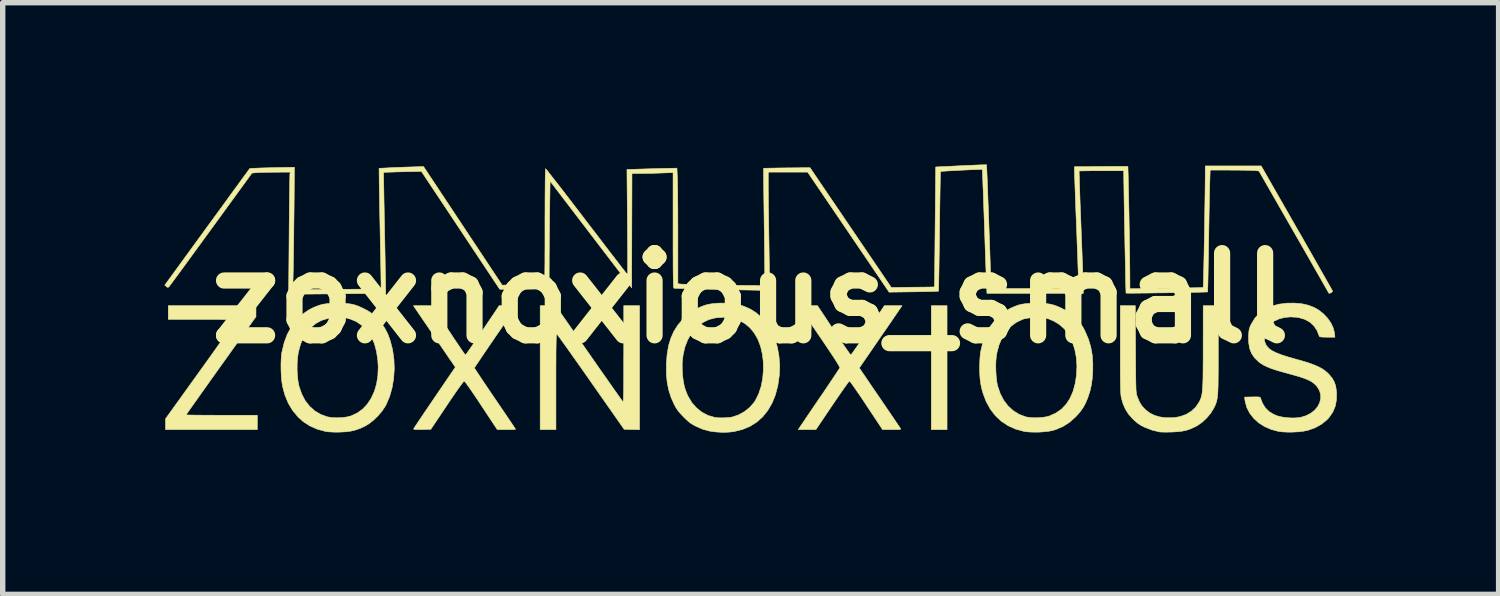
<source format=kicad_pcb>
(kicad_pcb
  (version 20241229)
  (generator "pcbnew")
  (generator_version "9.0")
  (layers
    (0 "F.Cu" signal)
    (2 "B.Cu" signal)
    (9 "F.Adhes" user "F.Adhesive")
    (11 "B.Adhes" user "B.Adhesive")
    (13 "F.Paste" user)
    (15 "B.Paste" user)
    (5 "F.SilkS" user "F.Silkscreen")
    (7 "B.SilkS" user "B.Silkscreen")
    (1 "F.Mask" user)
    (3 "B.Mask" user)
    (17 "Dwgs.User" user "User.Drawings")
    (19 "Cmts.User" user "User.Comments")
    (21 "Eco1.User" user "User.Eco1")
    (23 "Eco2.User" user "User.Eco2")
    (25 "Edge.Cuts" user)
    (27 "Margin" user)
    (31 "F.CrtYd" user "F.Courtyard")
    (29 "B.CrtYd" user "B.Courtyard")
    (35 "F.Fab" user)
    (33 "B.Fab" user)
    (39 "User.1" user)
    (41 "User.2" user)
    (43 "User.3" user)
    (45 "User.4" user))
  (footprint "zoxnoxious_small"
    (layer "F.Cu")
    (at 10.865 2.478)
    (property "Reference" "zoxnoxious_small" (at 0 0 0) (layer "F.SilkS") (effects (font (size 1.524 1.524) (thickness 0.3))))
    (attr through_hole)
    (fp_poly (pts (xy 3.645 2.438) (xy 3.353 2.438) (xy 3.353 0.14) (xy 3.645 0.14) (xy 3.645 2.438)) (stroke (width 0.01) (type solid)) (fill yes) (layer "F.SilkS"))
    (fp_poly (pts (xy -9.169 0.242) (xy -9.169 0.344) (xy -9.817 1.251) (xy -9.914 1.386) (xy -10.006 1.515) (xy -10.092 1.637) (xy -10.173 1.75) (xy -10.245 1.852) (xy -10.309 1.943) (xy -10.364 2.02) (xy -10.408 2.082) (xy -10.44 2.128) (xy -10.459 2.156) (xy -10.465 2.165) (xy -10.452 2.166) (xy -10.417 2.167) (xy -10.361 2.168) (xy -10.287 2.169) (xy -10.196 2.17) (xy -10.092 2.171) (xy -9.977 2.171) (xy -9.853 2.172) (xy -9.804 2.172) (xy -9.144 2.172) (xy -9.144 2.438) (xy -10.846 2.438) (xy -10.846 2.238) (xy -10.192 1.328) (xy -10.094 1.192) (xy -10.002 1.063) (xy -9.915 0.941) (xy -9.835 0.828) (xy -9.762 0.724) (xy -9.698 0.633) (xy -9.644 0.555) (xy -9.6 0.492) (xy -9.568 0.445) (xy -9.55 0.416) (xy -9.545 0.406) (xy -9.559 0.403) (xy -9.597 0.401) (xy -9.656 0.398) (xy -9.736 0.397) (xy -9.835 0.395) (xy -9.95 0.394) (xy -10.081 0.394) (xy -10.173 0.394) (xy -10.795 0.394) (xy -10.795 0.14) (xy -9.169 0.14) (xy -9.169 0.242)) (stroke (width 0.01) (type solid)) (fill yes) (layer "F.SilkS"))
    (fp_poly (pts (xy -2.057 2.439) (xy -2.2 2.436) (xy -2.342 2.432) (xy -2.96 1.55) (xy -3.054 1.416) (xy -3.143 1.289) (xy -3.228 1.169) (xy -3.307 1.058) (xy -3.378 0.957) (xy -3.441 0.869) (xy -3.494 0.795) (xy -3.537 0.735) (xy -3.569 0.693) (xy -3.587 0.668) (xy -3.592 0.663) (xy -3.595 0.669) (xy -3.598 0.688) (xy -3.6 0.723) (xy -3.602 0.774) (xy -3.603 0.842) (xy -3.605 0.93) (xy -3.606 1.037) (xy -3.606 1.166) (xy -3.607 1.317) (xy -3.607 1.493) (xy -3.607 1.548) (xy -3.607 2.438) (xy -3.899 2.438) (xy -3.899 0.14) (xy -3.756 0.14) (xy -3.613 0.14) (xy -2.997 1.023) (xy -2.904 1.157) (xy -2.814 1.286) (xy -2.73 1.406) (xy -2.651 1.518) (xy -2.58 1.62) (xy -2.517 1.709) (xy -2.464 1.784) (xy -2.421 1.845) (xy -2.389 1.889) (xy -2.371 1.914) (xy -2.366 1.92) (xy -2.362 1.919) (xy -2.36 1.907) (xy -2.357 1.885) (xy -2.355 1.849) (xy -2.354 1.8) (xy -2.352 1.734) (xy -2.351 1.652) (xy -2.351 1.55) (xy -2.35 1.429) (xy -2.35 1.285) (xy -2.35 1.119) (xy -2.349 1.037) (xy -2.349 0.14) (xy -2.057 0.14) (xy -2.057 2.439)) (stroke (width 0.01) (type solid)) (fill yes) (layer "F.SilkS"))
    (fp_poly (pts (xy 7.14 0.943) (xy 7.141 1.106) (xy 7.142 1.246) (xy 7.143 1.364) (xy 7.144 1.463) (xy 7.145 1.545) (xy 7.147 1.611) (xy 7.148 1.664) (xy 7.15 1.706) (xy 7.153 1.739) (xy 7.156 1.765) (xy 7.16 1.786) (xy 7.164 1.804) (xy 7.17 1.82) (xy 7.171 1.825) (xy 7.212 1.923) (xy 7.261 2.003) (xy 7.324 2.069) (xy 7.325 2.07) (xy 7.405 2.131) (xy 7.491 2.174) (xy 7.587 2.202) (xy 7.701 2.218) (xy 7.709 2.218) (xy 7.844 2.218) (xy 7.968 2.196) (xy 8.079 2.156) (xy 8.176 2.096) (xy 8.258 2.019) (xy 8.321 1.925) (xy 8.325 1.917) (xy 8.339 1.889) (xy 8.35 1.861) (xy 8.36 1.832) (xy 8.368 1.798) (xy 8.375 1.757) (xy 8.38 1.709) (xy 8.385 1.65) (xy 8.388 1.579) (xy 8.391 1.493) (xy 8.392 1.391) (xy 8.393 1.271) (xy 8.394 1.13) (xy 8.394 0.966) (xy 8.394 0.899) (xy 8.395 0.14) (xy 8.674 0.14) (xy 8.674 0.962) (xy 8.674 1.136) (xy 8.674 1.286) (xy 8.673 1.415) (xy 8.672 1.524) (xy 8.671 1.617) (xy 8.668 1.695) (xy 8.665 1.759) (xy 8.66 1.813) (xy 8.655 1.857) (xy 8.647 1.895) (xy 8.639 1.928) (xy 8.628 1.958) (xy 8.616 1.988) (xy 8.601 2.019) (xy 8.588 2.045) (xy 8.535 2.132) (xy 8.463 2.218) (xy 8.381 2.296) (xy 8.293 2.359) (xy 8.261 2.377) (xy 8.175 2.418) (xy 8.091 2.448) (xy 8.002 2.467) (xy 7.901 2.478) (xy 7.804 2.483) (xy 7.736 2.484) (xy 7.674 2.484) (xy 7.624 2.483) (xy 7.593 2.482) (xy 7.588 2.481) (xy 7.446 2.447) (xy 7.303 2.391) (xy 7.291 2.385) (xy 7.228 2.352) (xy 7.175 2.316) (xy 7.122 2.27) (xy 7.087 2.237) (xy 7.011 2.151) (xy 6.954 2.062) (xy 6.91 1.963) (xy 6.883 1.872) (xy 6.878 1.851) (xy 6.874 1.83) (xy 6.87 1.806) (xy 6.867 1.777) (xy 6.865 1.742) (xy 6.863 1.698) (xy 6.861 1.643) (xy 6.86 1.575) (xy 6.859 1.492) (xy 6.858 1.392) (xy 6.858 1.273) (xy 6.858 1.134) (xy 6.858 0.97) (xy 6.858 0.14) (xy 7.136 0.14) (xy 7.14 0.943)) (stroke (width 0.01) (type solid)) (fill yes) (layer "F.SilkS"))
    (fp_poly (pts (xy -4.385 0.219) (xy -4.427 0.279) (xy -4.477 0.351) (xy -4.533 0.432) (xy -4.594 0.521) (xy -4.658 0.614) (xy -4.724 0.709) (xy -4.789 0.805) (xy -4.853 0.898) (xy -4.913 0.987) (xy -4.969 1.069) (xy -5.018 1.142) (xy -5.059 1.203) (xy -5.091 1.25) (xy -5.111 1.281) (xy -5.118 1.294) (xy -5.118 1.294) (xy -5.111 1.307) (xy -5.091 1.338) (xy -5.059 1.387) (xy -5.017 1.45) (xy -4.966 1.527) (xy -4.907 1.614) (xy -4.842 1.711) (xy -4.771 1.815) (xy -4.737 1.865) (xy -4.665 1.971) (xy -4.597 2.071) (xy -4.535 2.162) (xy -4.48 2.244) (xy -4.433 2.313) (xy -4.396 2.368) (xy -4.371 2.407) (xy -4.358 2.428) (xy -4.356 2.431) (xy -4.368 2.434) (xy -4.401 2.436) (xy -4.449 2.438) (xy -4.51 2.438) (xy -4.525 2.438) (xy -4.694 2.438) (xy -4.992 1.988) (xy -5.062 1.882) (xy -5.126 1.787) (xy -5.182 1.705) (xy -5.23 1.638) (xy -5.267 1.586) (xy -5.293 1.552) (xy -5.307 1.538) (xy -5.309 1.537) (xy -5.32 1.548) (xy -5.343 1.577) (xy -5.378 1.624) (xy -5.422 1.685) (xy -5.474 1.759) (xy -5.532 1.844) (xy -5.596 1.938) (xy -5.627 1.985) (xy -5.927 2.432) (xy -6.089 2.436) (xy -6.157 2.437) (xy -6.203 2.436) (xy -6.231 2.434) (xy -6.243 2.429) (xy -6.245 2.422) (xy -6.245 2.422) (xy -6.236 2.408) (xy -6.215 2.375) (xy -6.182 2.326) (xy -6.139 2.261) (xy -6.087 2.184) (xy -6.027 2.095) (xy -5.961 1.998) (xy -5.89 1.894) (xy -5.855 1.842) (xy -5.472 1.28) (xy -5.547 1.17) (xy -5.573 1.134) (xy -5.61 1.079) (xy -5.656 1.011) (xy -5.711 0.931) (xy -5.771 0.843) (xy -5.833 0.751) (xy -5.882 0.679) (xy -5.944 0.588) (xy -6.004 0.5) (xy -6.06 0.419) (xy -6.109 0.346) (xy -6.15 0.287) (xy -6.18 0.242) (xy -6.196 0.219) (xy -6.249 0.14) (xy -6.074 0.14) (xy -5.899 0.14) (xy -5.597 0.597) (xy -5.534 0.693) (xy -5.474 0.783) (xy -5.42 0.863) (xy -5.373 0.932) (xy -5.334 0.988) (xy -5.306 1.028) (xy -5.289 1.05) (xy -5.285 1.054) (xy -5.276 1.044) (xy -5.254 1.015) (xy -5.222 0.969) (xy -5.179 0.908) (xy -5.129 0.835) (xy -5.072 0.751) (xy -5.009 0.659) (xy -4.967 0.597) (xy -4.659 0.14) (xy -4.328 0.14) (xy -4.385 0.219)) (stroke (width 0.01) (type solid)) (fill yes) (layer "F.SilkS"))
    (fp_poly (pts (xy -0.398 0.094) (xy -0.254 0.113) (xy -0.122 0.15) (xy 0.000415 0.205) (xy 0.105 0.271) (xy 0.213 0.364) (xy 0.308 0.477) (xy 0.388 0.607) (xy 0.452 0.752) (xy 0.499 0.909) (xy 0.529 1.077) (xy 0.542 1.252) (xy 0.535 1.434) (xy 0.534 1.438) (xy 0.507 1.625) (xy 0.462 1.795) (xy 0.4 1.948) (xy 0.321 2.083) (xy 0.226 2.201) (xy 0.116 2.299) (xy -0.01 2.378) (xy -0.151 2.436) (xy -0.306 2.474) (xy -0.318 2.476) (xy -0.417 2.486) (xy -0.53 2.488) (xy -0.644 2.481) (xy -0.748 2.467) (xy -0.768 2.463) (xy -0.886 2.43) (xy -1.003 2.38) (xy -1.061 2.349) (xy -1.108 2.32) (xy -1.152 2.286) (xy -1.2 2.242) (xy -1.238 2.205) (xy -1.297 2.142) (xy -1.343 2.088) (xy -1.38 2.033) (xy -1.412 1.975) (xy -1.472 1.841) (xy -1.516 1.703) (xy -1.545 1.556) (xy -1.559 1.395) (xy -1.558 1.217) (xy -1.558 1.217) (xy -1.558 1.207) (xy -1.266 1.207) (xy -1.264 1.369) (xy -1.259 1.427) (xy -1.246 1.532) (xy -1.23 1.619) (xy -1.208 1.696) (xy -1.179 1.771) (xy -1.156 1.822) (xy -1.087 1.937) (xy -1.001 2.035) (xy -0.901 2.115) (xy -0.789 2.174) (xy -0.667 2.21) (xy -0.648 2.214) (xy -0.589 2.219) (xy -0.517 2.22) (xy -0.441 2.217) (xy -0.372 2.21) (xy -0.333 2.203) (xy -0.218 2.164) (xy -0.109 2.103) (xy -0.012 2.025) (xy 0.068 1.933) (xy 0.094 1.893) (xy 0.153 1.773) (xy 0.198 1.637) (xy 0.227 1.488) (xy 0.24 1.331) (xy 0.237 1.171) (xy 0.222 1.045) (xy 0.188 0.896) (xy 0.137 0.763) (xy 0.071 0.647) (xy -0.011 0.548) (xy -0.106 0.47) (xy -0.182 0.427) (xy -0.267 0.391) (xy -0.349 0.369) (xy -0.438 0.358) (xy -0.516 0.356) (xy -0.65 0.366) (xy -0.771 0.397) (xy -0.882 0.451) (xy -0.984 0.528) (xy -1.018 0.561) (xy -1.099 0.659) (xy -1.165 0.776) (xy -1.216 0.908) (xy -1.249 1.053) (xy -1.266 1.207) (xy -1.558 1.207) (xy -1.545 1.041) (xy -1.519 0.885) (xy -1.477 0.745) (xy -1.421 0.618) (xy -1.347 0.501) (xy -1.255 0.392) (xy -1.231 0.367) (xy -1.176 0.314) (xy -1.129 0.274) (xy -1.083 0.242) (xy -1.028 0.211) (xy -1.003 0.199) (xy -0.92 0.161) (xy -0.847 0.133) (xy -0.775 0.114) (xy -0.697 0.102) (xy -0.604 0.094) (xy -0.558 0.092) (xy -0.398 0.094)) (stroke (width 0.01) (type solid)) (fill yes) (layer "F.SilkS"))
    (fp_poly (pts (xy 2.787 0.175) (xy 2.775 0.192) (xy 2.751 0.228) (xy 2.715 0.281) (xy 2.669 0.347) (xy 2.616 0.426) (xy 2.555 0.514) (xy 2.49 0.609) (xy 2.432 0.692) (xy 2.363 0.793) (xy 2.297 0.889) (xy 2.235 0.979) (xy 2.18 1.059) (xy 2.133 1.127) (xy 2.096 1.181) (xy 2.07 1.219) (xy 2.059 1.235) (xy 2.018 1.295) (xy 2.397 1.851) (xy 2.47 1.957) (xy 2.538 2.058) (xy 2.601 2.15) (xy 2.657 2.232) (xy 2.704 2.302) (xy 2.742 2.358) (xy 2.769 2.398) (xy 2.784 2.419) (xy 2.786 2.423) (xy 2.785 2.429) (xy 2.769 2.434) (xy 2.737 2.437) (xy 2.684 2.438) (xy 2.623 2.438) (xy 2.45 2.438) (xy 2.151 1.988) (xy 2.088 1.892) (xy 2.028 1.803) (xy 1.973 1.724) (xy 1.926 1.655) (xy 1.887 1.601) (xy 1.858 1.561) (xy 1.841 1.54) (xy 1.836 1.537) (xy 1.826 1.547) (xy 1.803 1.576) (xy 1.77 1.622) (xy 1.726 1.683) (xy 1.675 1.756) (xy 1.618 1.839) (xy 1.555 1.931) (xy 1.517 1.987) (xy 1.213 2.438) (xy 1.049 2.438) (xy 0.886 2.438) (xy 0.909 2.403) (xy 0.92 2.386) (xy 0.944 2.35) (xy 0.98 2.298) (xy 1.025 2.23) (xy 1.079 2.151) (xy 1.14 2.061) (xy 1.207 1.963) (xy 1.277 1.859) (xy 1.291 1.839) (xy 1.362 1.736) (xy 1.428 1.638) (xy 1.488 1.548) (xy 1.542 1.468) (xy 1.587 1.401) (xy 1.622 1.347) (xy 1.646 1.311) (xy 1.658 1.292) (xy 1.658 1.291) (xy 1.653 1.276) (xy 1.633 1.24) (xy 1.6 1.186) (xy 1.553 1.112) (xy 1.493 1.021) (xy 1.42 0.912) (xy 1.335 0.786) (xy 1.284 0.711) (xy 1.211 0.605) (xy 1.143 0.505) (xy 1.081 0.413) (xy 1.026 0.332) (xy 0.979 0.263) (xy 0.943 0.208) (xy 0.917 0.169) (xy 0.903 0.148) (xy 0.902 0.145) (xy 0.914 0.143) (xy 0.946 0.142) (xy 0.995 0.14) (xy 1.055 0.14) (xy 1.073 0.14) (xy 1.243 0.14) (xy 1.546 0.597) (xy 1.61 0.693) (xy 1.669 0.782) (xy 1.724 0.863) (xy 1.771 0.932) (xy 1.81 0.987) (xy 1.839 1.027) (xy 1.856 1.049) (xy 1.861 1.053) (xy 1.87 1.043) (xy 1.892 1.014) (xy 1.925 0.968) (xy 1.968 0.907) (xy 2.018 0.833) (xy 2.075 0.749) (xy 2.137 0.657) (xy 2.178 0.597) (xy 2.483 0.14) (xy 2.646 0.14) (xy 2.81 0.14) (xy 2.787 0.175)) (stroke (width 0.01) (type solid)) (fill yes) (layer "F.SilkS"))
    (fp_poly (pts (xy -7.557 0.097) (xy -7.474 0.101) (xy -7.404 0.11) (xy -7.34 0.125) (xy -7.276 0.147) (xy -7.205 0.178) (xy -7.163 0.199) (xy -7.103 0.23) (xy -7.053 0.261) (xy -7.007 0.297) (xy -6.957 0.344) (xy -6.933 0.367) (xy -6.847 0.462) (xy -6.779 0.559) (xy -6.724 0.666) (xy -6.68 0.786) (xy -6.636 0.956) (xy -6.611 1.132) (xy -6.604 1.311) (xy -6.616 1.489) (xy -6.645 1.662) (xy -6.691 1.825) (xy -6.755 1.974) (xy -6.773 2.007) (xy -6.832 2.095) (xy -6.907 2.183) (xy -6.992 2.265) (xy -7.08 2.333) (xy -7.144 2.371) (xy -7.234 2.414) (xy -7.318 2.444) (xy -7.404 2.465) (xy -7.5 2.478) (xy -7.614 2.484) (xy -7.73 2.484) (xy -7.823 2.479) (xy -7.88 2.471) (xy -8.032 2.43) (xy -8.168 2.37) (xy -8.291 2.291) (xy -8.388 2.203) (xy -8.488 2.084) (xy -8.569 1.949) (xy -8.632 1.798) (xy -8.675 1.638) (xy -8.689 1.552) (xy -8.699 1.449) (xy -8.704 1.338) (xy -8.704 1.329) (xy -8.406 1.329) (xy -8.4 1.442) (xy -8.388 1.547) (xy -8.371 1.632) (xy -8.322 1.775) (xy -8.257 1.9) (xy -8.175 2.005) (xy -8.079 2.091) (xy -7.967 2.157) (xy -7.849 2.2) (xy -7.77 2.214) (xy -7.678 2.219) (xy -7.58 2.216) (xy -7.488 2.204) (xy -7.409 2.185) (xy -7.406 2.184) (xy -7.292 2.131) (xy -7.191 2.058) (xy -7.104 1.966) (xy -7.032 1.856) (xy -6.974 1.731) (xy -6.933 1.592) (xy -6.909 1.441) (xy -6.902 1.279) (xy -6.909 1.156) (xy -6.934 0.988) (xy -6.974 0.84) (xy -7.031 0.712) (xy -7.105 0.602) (xy -7.195 0.512) (xy -7.301 0.44) (xy -7.333 0.424) (xy -7.412 0.391) (xy -7.488 0.369) (xy -7.569 0.359) (xy -7.664 0.358) (xy -7.696 0.359) (xy -7.832 0.376) (xy -7.953 0.412) (xy -8.06 0.47) (xy -8.155 0.549) (xy -8.238 0.65) (xy -8.255 0.675) (xy -8.299 0.751) (xy -8.334 0.833) (xy -8.363 0.926) (xy -8.385 1.016) (xy -8.398 1.108) (xy -8.405 1.214) (xy -8.406 1.329) (xy -8.704 1.329) (xy -8.705 1.227) (xy -8.701 1.121) (xy -8.693 1.031) (xy -8.688 1.003) (xy -8.647 0.829) (xy -8.588 0.671) (xy -8.511 0.53) (xy -8.419 0.406) (xy -8.311 0.302) (xy -8.188 0.218) (xy -8.122 0.183) (xy -8.05 0.152) (xy -7.986 0.129) (xy -7.923 0.113) (xy -7.855 0.103) (xy -7.775 0.098) (xy -7.677 0.096) (xy -7.658 0.096) (xy -7.557 0.097)) (stroke (width 0.01) (type solid)) (fill yes) (layer "F.SilkS"))
    (fp_poly (pts (xy 5.397 0.097) (xy 5.48 0.101) (xy 5.55 0.11) (xy 5.613 0.125) (xy 5.678 0.147) (xy 5.749 0.178) (xy 5.791 0.199) (xy 5.848 0.228) (xy 5.894 0.256) (xy 5.937 0.288) (xy 5.983 0.33) (xy 6.028 0.374) (xy 6.081 0.429) (xy 6.12 0.473) (xy 6.15 0.516) (xy 6.179 0.564) (xy 6.208 0.623) (xy 6.268 0.764) (xy 6.31 0.905) (xy 6.337 1.054) (xy 6.348 1.214) (xy 6.347 1.353) (xy 6.338 1.487) (xy 6.322 1.605) (xy 6.298 1.714) (xy 6.263 1.823) (xy 6.256 1.844) (xy 6.214 1.945) (xy 6.168 2.03) (xy 6.112 2.108) (xy 6.042 2.188) (xy 6.02 2.21) (xy 5.912 2.305) (xy 5.797 2.378) (xy 5.67 2.433) (xy 5.613 2.451) (xy 5.543 2.466) (xy 5.456 2.477) (xy 5.359 2.484) (xy 5.26 2.485) (xy 5.168 2.482) (xy 5.089 2.474) (xy 5.074 2.471) (xy 4.919 2.429) (xy 4.778 2.366) (xy 4.652 2.283) (xy 4.542 2.18) (xy 4.448 2.058) (xy 4.371 1.918) (xy 4.315 1.772) (xy 4.287 1.674) (xy 4.268 1.579) (xy 4.256 1.479) (xy 4.25 1.367) (xy 4.249 1.289) (xy 4.25 1.263) (xy 4.548 1.263) (xy 4.551 1.369) (xy 4.558 1.472) (xy 4.57 1.566) (xy 4.584 1.632) (xy 4.631 1.77) (xy 4.695 1.893) (xy 4.776 1.999) (xy 4.871 2.086) (xy 4.98 2.154) (xy 5.1 2.2) (xy 5.114 2.203) (xy 5.182 2.214) (xy 5.265 2.219) (xy 5.355 2.216) (xy 5.441 2.208) (xy 5.515 2.194) (xy 5.543 2.185) (xy 5.663 2.131) (xy 5.768 2.058) (xy 5.856 1.966) (xy 5.927 1.855) (xy 5.983 1.725) (xy 6.023 1.576) (xy 6.046 1.42) (xy 6.053 1.257) (xy 6.042 1.099) (xy 6.013 0.95) (xy 5.968 0.812) (xy 5.907 0.689) (xy 5.831 0.583) (xy 5.815 0.565) (xy 5.731 0.491) (xy 5.632 0.429) (xy 5.526 0.384) (xy 5.465 0.368) (xy 5.396 0.359) (xy 5.314 0.357) (xy 5.226 0.361) (xy 5.143 0.371) (xy 5.072 0.385) (xy 5.049 0.392) (xy 4.932 0.447) (xy 4.829 0.523) (xy 4.74 0.618) (xy 4.667 0.732) (xy 4.61 0.864) (xy 4.57 1.011) (xy 4.559 1.078) (xy 4.551 1.164) (xy 4.548 1.263) (xy 4.25 1.263) (xy 4.251 1.212) (xy 4.254 1.135) (xy 4.259 1.066) (xy 4.265 1.013) (xy 4.266 1.003) (xy 4.307 0.83) (xy 4.365 0.673) (xy 4.441 0.532) (xy 4.533 0.409) (xy 4.641 0.304) (xy 4.764 0.219) (xy 4.832 0.183) (xy 4.904 0.152) (xy 4.968 0.129) (xy 5.031 0.113) (xy 5.099 0.103) (xy 5.179 0.098) (xy 5.277 0.096) (xy 5.296 0.096) (xy 5.397 0.097)) (stroke (width 0.01) (type solid)) (fill yes) (layer "F.SilkS"))
    (fp_poly (pts (xy 10.221 0.104) (xy 10.342 0.131) (xy 10.451 0.173) (xy 10.531 0.218) (xy 10.621 0.288) (xy 10.699 0.37) (xy 10.762 0.46) (xy 10.806 0.553) (xy 10.829 0.646) (xy 10.829 0.651) (xy 10.837 0.724) (xy 10.695 0.724) (xy 10.627 0.723) (xy 10.581 0.72) (xy 10.556 0.715) (xy 10.548 0.708) (xy 10.506 0.601) (xy 10.447 0.513) (xy 10.371 0.444) (xy 10.278 0.393) (xy 10.167 0.361) (xy 10.129 0.355) (xy 10.014 0.348) (xy 9.903 0.358) (xy 9.801 0.385) (xy 9.71 0.426) (xy 9.635 0.48) (xy 9.578 0.547) (xy 9.562 0.573) (xy 9.539 0.638) (xy 9.529 0.714) (xy 9.532 0.786) (xy 9.537 0.81) (xy 9.555 0.858) (xy 9.583 0.901) (xy 9.623 0.941) (xy 9.676 0.977) (xy 9.746 1.012) (xy 9.835 1.047) (xy 9.943 1.083) (xy 10.075 1.121) (xy 10.109 1.131) (xy 10.246 1.169) (xy 10.361 1.205) (xy 10.456 1.24) (xy 10.536 1.275) (xy 10.603 1.311) (xy 10.659 1.351) (xy 10.709 1.395) (xy 10.728 1.414) (xy 10.786 1.484) (xy 10.826 1.555) (xy 10.852 1.632) (xy 10.865 1.724) (xy 10.868 1.759) (xy 10.865 1.89) (xy 10.842 2.007) (xy 10.797 2.114) (xy 10.73 2.211) (xy 10.688 2.256) (xy 10.59 2.336) (xy 10.474 2.401) (xy 10.342 2.449) (xy 10.327 2.453) (xy 10.249 2.468) (xy 10.154 2.479) (xy 10.051 2.484) (xy 9.948 2.484) (xy 9.853 2.479) (xy 9.787 2.47) (xy 9.654 2.434) (xy 9.532 2.381) (xy 9.424 2.312) (xy 9.332 2.229) (xy 9.258 2.134) (xy 9.204 2.03) (xy 9.173 1.918) (xy 9.167 1.879) (xy 9.163 1.835) (xy 9.306 1.832) (xy 9.373 1.831) (xy 9.417 1.832) (xy 9.443 1.836) (xy 9.454 1.843) (xy 9.454 1.844) (xy 9.494 1.95) (xy 9.547 2.035) (xy 9.616 2.103) (xy 9.703 2.156) (xy 9.763 2.181) (xy 9.834 2.2) (xy 9.92 2.214) (xy 10.013 2.221) (xy 10.104 2.221) (xy 10.183 2.214) (xy 10.201 2.211) (xy 10.302 2.18) (xy 10.39 2.135) (xy 10.461 2.078) (xy 10.517 2.013) (xy 10.554 1.94) (xy 10.573 1.864) (xy 10.572 1.787) (xy 10.55 1.711) (xy 10.506 1.639) (xy 10.464 1.595) (xy 10.429 1.566) (xy 10.388 1.54) (xy 10.338 1.515) (xy 10.277 1.49) (xy 10.201 1.464) (xy 10.107 1.436) (xy 9.992 1.404) (xy 9.963 1.396) (xy 9.838 1.362) (xy 9.734 1.331) (xy 9.649 1.302) (xy 9.578 1.273) (xy 9.519 1.244) (xy 9.467 1.213) (xy 9.426 1.183) (xy 9.35 1.11) (xy 9.293 1.028) (xy 9.256 0.934) (xy 9.238 0.826) (xy 9.235 0.71) (xy 9.239 0.646) (xy 9.244 0.6) (xy 9.252 0.562) (xy 9.265 0.526) (xy 9.286 0.482) (xy 9.288 0.478) (xy 9.355 0.369) (xy 9.441 0.278) (xy 9.543 0.204) (xy 9.663 0.149) (xy 9.799 0.112) (xy 9.949 0.093) (xy 10.083 0.092) (xy 10.221 0.104)) (stroke (width 0.01) (type solid)) (fill yes) (layer "F.SilkS"))
    (fp_poly (pts (xy 4.377 -2.473) (xy 4.377 -2.472) (xy 4.378 -2.459) (xy 4.38 -2.423) (xy 4.383 -2.366) (xy 4.386 -2.29) (xy 4.39 -2.198) (xy 4.394 -2.091) (xy 4.399 -1.973) (xy 4.403 -1.844) (xy 4.409 -1.708) (xy 4.414 -1.566) (xy 4.419 -1.422) (xy 4.424 -1.276) (xy 4.429 -1.132) (xy 4.434 -0.991) (xy 4.439 -0.856) (xy 4.443 -0.729) (xy 4.447 -0.612) (xy 4.451 -0.508) (xy 4.454 -0.418) (xy 4.456 -0.345) (xy 4.457 -0.291) (xy 4.458 -0.258) (xy 4.458 -0.257) (xy 4.458 -0.178) (xy 6.083 -0.178) (xy 6.083 -0.27) (xy 6.083 -0.297) (xy 6.081 -0.348) (xy 6.079 -0.42) (xy 6.076 -0.51) (xy 6.072 -0.617) (xy 6.068 -0.738) (xy 6.063 -0.872) (xy 6.057 -1.016) (xy 6.052 -1.167) (xy 6.046 -1.324) (xy 6.045 -1.333) (xy 6.039 -1.49) (xy 6.033 -1.64) (xy 6.028 -1.783) (xy 6.023 -1.914) (xy 6.019 -2.034) (xy 6.015 -2.139) (xy 6.012 -2.227) (xy 6.009 -2.296) (xy 6.008 -2.344) (xy 6.007 -2.369) (xy 6.007 -2.37) (xy 6.007 -2.436) (xy 6.499 -2.441) (xy 6.609 -2.442) (xy 6.71 -2.443) (xy 6.8 -2.443) (xy 6.877 -2.443) (xy 6.937 -2.443) (xy 6.978 -2.442) (xy 6.997 -2.442) (xy 6.998 -2.441) (xy 6.999 -2.428) (xy 7 -2.392) (xy 7.002 -2.335) (xy 7.004 -2.259) (xy 7.006 -2.167) (xy 7.008 -2.061) (xy 7.011 -1.943) (xy 7.013 -1.816) (xy 7.016 -1.681) (xy 7.019 -1.542) (xy 7.021 -1.399) (xy 7.024 -1.256) (xy 7.026 -1.115) (xy 7.028 -0.978) (xy 7.03 -0.847) (xy 7.032 -0.725) (xy 7.033 -0.613) (xy 7.034 -0.515) (xy 7.035 -0.432) (xy 7.035 -0.401) (xy 7.036 -0.174) (xy 7.712 -0.183) (xy 7.84 -0.185) (xy 7.961 -0.187) (xy 8.072 -0.189) (xy 8.17 -0.191) (xy 8.254 -0.193) (xy 8.32 -0.195) (xy 8.366 -0.196) (xy 8.391 -0.198) (xy 8.394 -0.199) (xy 8.396 -0.212) (xy 8.397 -0.249) (xy 8.399 -0.306) (xy 8.401 -0.382) (xy 8.403 -0.474) (xy 8.406 -0.58) (xy 8.408 -0.698) (xy 8.411 -0.826) (xy 8.413 -0.961) (xy 8.416 -1.1) (xy 8.419 -1.242) (xy 8.421 -1.385) (xy 8.423 -1.526) (xy 8.425 -1.663) (xy 8.427 -1.793) (xy 8.429 -1.914) (xy 8.43 -2.025) (xy 8.431 -2.122) (xy 8.432 -2.2) (xy 8.433 -2.451) (xy 9.47 -2.451) (xy 10.129 -1.299) (xy 10.22 -1.142) (xy 10.306 -0.99) (xy 10.389 -0.846) (xy 10.465 -0.711) (xy 10.536 -0.586) (xy 10.6 -0.474) (xy 10.657 -0.374) (xy 10.704 -0.29) (xy 10.743 -0.222) (xy 10.771 -0.172) (xy 10.788 -0.141) (xy 10.793 -0.131) (xy 10.786 -0.116) (xy 10.766 -0.101) (xy 10.743 -0.091) (xy 10.725 -0.092) (xy 10.722 -0.095) (xy 10.715 -0.108) (xy 10.697 -0.141) (xy 10.667 -0.193) (xy 10.627 -0.263) (xy 10.579 -0.349) (xy 10.521 -0.449) (xy 10.456 -0.563) (xy 10.385 -0.688) (xy 10.307 -0.824) (xy 10.225 -0.968) (xy 10.138 -1.119) (xy 10.073 -1.232) (xy 9.429 -2.356) (xy 9.372 -2.364) (xy 9.346 -2.367) (xy 9.297 -2.369) (xy 9.23 -2.37) (xy 9.149 -2.372) (xy 9.057 -2.373) (xy 8.959 -2.374) (xy 8.92 -2.374) (xy 8.524 -2.375) (xy 8.517 -2.156) (xy 8.515 -2.106) (xy 8.514 -2.033) (xy 8.511 -1.94) (xy 8.509 -1.83) (xy 8.507 -1.706) (xy 8.504 -1.569) (xy 8.502 -1.424) (xy 8.499 -1.272) (xy 8.497 -1.116) (xy 8.495 -1.029) (xy 8.493 -0.879) (xy 8.491 -0.737) (xy 8.488 -0.605) (xy 8.486 -0.484) (xy 8.484 -0.377) (xy 8.482 -0.285) (xy 8.48 -0.211) (xy 8.478 -0.157) (xy 8.477 -0.124) (xy 8.476 -0.115) (xy 8.463 -0.114) (xy 8.427 -0.113) (xy 8.371 -0.111) (xy 8.298 -0.109) (xy 8.21 -0.108) (xy 8.11 -0.106) (xy 8.001 -0.104) (xy 7.886 -0.102) (xy 7.767 -0.1) (xy 7.646 -0.098) (xy 7.528 -0.097) (xy 7.414 -0.095) (xy 7.307 -0.094) (xy 7.209 -0.093) (xy 7.125 -0.092) (xy 7.055 -0.092) (xy 7.003 -0.092) (xy 6.972 -0.093) (xy 6.964 -0.093) (xy 6.963 -0.106) (xy 6.962 -0.142) (xy 6.96 -0.199) (xy 6.958 -0.275) (xy 6.956 -0.367) (xy 6.954 -0.474) (xy 6.952 -0.593) (xy 6.949 -0.721) (xy 6.946 -0.858) (xy 6.943 -0.999) (xy 6.941 -1.144) (xy 6.938 -1.29) (xy 6.935 -1.435) (xy 6.933 -1.576) (xy 6.93 -1.711) (xy 6.928 -1.839) (xy 6.926 -1.957) (xy 6.925 -2.062) (xy 6.923 -2.153) (xy 6.922 -2.227) (xy 6.922 -2.282) (xy 6.922 -2.296) (xy 6.921 -2.362) (xy 6.511 -2.362) (xy 6.411 -2.362) (xy 6.32 -2.362) (xy 6.24 -2.361) (xy 6.175 -2.36) (xy 6.127 -2.359) (xy 6.1 -2.358) (xy 6.095 -2.357) (xy 6.094 -2.344) (xy 6.095 -2.307) (xy 6.097 -2.249) (xy 6.099 -2.171) (xy 6.102 -2.075) (xy 6.106 -1.963) (xy 6.11 -1.837) (xy 6.115 -1.699) (xy 6.121 -1.551) (xy 6.127 -1.394) (xy 6.13 -1.312) (xy 6.136 -1.15) (xy 6.142 -0.993) (xy 6.148 -0.843) (xy 6.153 -0.704) (xy 6.158 -0.576) (xy 6.162 -0.462) (xy 6.166 -0.364) (xy 6.168 -0.285) (xy 6.17 -0.226) (xy 6.171 -0.189) (xy 6.171 -0.181) (xy 6.172 -0.089) (xy 4.385 -0.089) (xy 4.377 -0.27) (xy 4.375 -0.312) (xy 4.372 -0.378) (xy 4.369 -0.463) (xy 4.365 -0.567) (xy 4.361 -0.686) (xy 4.356 -0.819) (xy 4.351 -0.962) (xy 4.346 -1.113) (xy 4.341 -1.269) (xy 4.336 -1.416) (xy 4.33 -1.57) (xy 4.325 -1.717) (xy 4.32 -1.854) (xy 4.316 -1.98) (xy 4.311 -2.093) (xy 4.308 -2.19) (xy 4.304 -2.27) (xy 4.302 -2.33) (xy 4.3 -2.37) (xy 4.298 -2.386) (xy 4.298 -2.386) (xy 4.285 -2.387) (xy 4.25 -2.386) (xy 4.197 -2.385) (xy 4.13 -2.382) (xy 4.053 -2.379) (xy 3.97 -2.375) (xy 3.884 -2.371) (xy 3.799 -2.366) (xy 3.72 -2.362) (xy 3.649 -2.358) (xy 3.59 -2.354) (xy 3.548 -2.351) (xy 3.527 -2.348) (xy 3.524 -2.348) (xy 3.523 -2.334) (xy 3.522 -2.298) (xy 3.521 -2.239) (xy 3.519 -2.161) (xy 3.517 -2.064) (xy 3.515 -1.951) (xy 3.513 -1.824) (xy 3.511 -1.685) (xy 3.509 -1.534) (xy 3.507 -1.375) (xy 3.505 -1.238) (xy 3.503 -1.073) (xy 3.501 -0.915) (xy 3.499 -0.767) (xy 3.497 -0.629) (xy 3.495 -0.505) (xy 3.493 -0.395) (xy 3.491 -0.301) (xy 3.49 -0.226) (xy 3.488 -0.171) (xy 3.487 -0.138) (xy 3.486 -0.129) (xy 3.472 -0.128) (xy 3.436 -0.126) (xy 3.381 -0.124) (xy 3.308 -0.122) (xy 3.222 -0.12) (xy 3.125 -0.119) (xy 3.026 -0.117) (xy 2.571 -0.111) (xy 1.816 -1.224) (xy 1.06 -2.337) (xy 0.33 -2.337) (xy 0.33 -2.078) (xy 0.33 -2.019) (xy 0.331 -1.937) (xy 0.332 -1.837) (xy 0.333 -1.72) (xy 0.335 -1.589) (xy 0.337 -1.449) (xy 0.339 -1.302) (xy 0.341 -1.15) (xy 0.344 -0.998) (xy 0.344 -0.985) (xy 0.346 -0.841) (xy 0.348 -0.706) (xy 0.35 -0.58) (xy 0.351 -0.466) (xy 0.352 -0.366) (xy 0.353 -0.282) (xy 0.354 -0.216) (xy 0.354 -0.171) (xy 0.353 -0.148) (xy 0.353 -0.145) (xy 0.34 -0.145) (xy 0.304 -0.145) (xy 0.247 -0.145) (xy 0.173 -0.146) (xy 0.083 -0.148) (xy -0.02 -0.15) (xy -0.133 -0.152) (xy -0.254 -0.154) (xy -0.381 -0.157) (xy -0.51 -0.16) (xy -0.64 -0.162) (xy -0.768 -0.165) (xy -0.891 -0.168) (xy -1.007 -0.171) (xy -1.114 -0.174) (xy -1.209 -0.177) (xy -1.289 -0.179) (xy -1.352 -0.181) (xy -1.396 -0.183) (xy -1.417 -0.184) (xy -1.419 -0.184) (xy -1.422 -0.19) (xy -1.425 -0.206) (xy -1.427 -0.235) (xy -1.429 -0.276) (xy -1.43 -0.332) (xy -1.432 -0.403) (xy -1.433 -0.492) (xy -1.434 -0.6) (xy -1.434 -0.727) (xy -1.435 -0.876) (xy -1.435 -1.047) (xy -1.435 -1.242) (xy -1.435 -2.328) (xy -1.654 -2.32) (xy -1.742 -2.317) (xy -1.837 -2.314) (xy -1.929 -2.313) (xy -2.008 -2.312) (xy -2.035 -2.311) (xy -2.197 -2.311) (xy -2.2 -1.251) (xy -2.203 -0.192) (xy -3.715 -2.17) (xy -3.723 -1.666) (xy -3.725 -1.527) (xy -3.726 -1.371) (xy -3.728 -1.206) (xy -3.73 -1.04) (xy -3.731 -0.88) (xy -3.732 -0.734) (xy -3.732 -0.672) (xy -3.734 -0.182) (xy -3.839 -0.173) (xy -3.88 -0.171) (xy -3.942 -0.169) (xy -4.02 -0.168) (xy -4.109 -0.166) (xy -4.206 -0.165) (xy -4.296 -0.165) (xy -4.649 -0.165) (xy -5.375 -1.258) (xy -6.102 -2.351) (xy -6.452 -2.343) (xy -6.543 -2.341) (xy -6.626 -2.338) (xy -6.696 -2.336) (xy -6.751 -2.334) (xy -6.788 -2.333) (xy -6.803 -2.332) (xy -6.803 -2.332) (xy -6.803 -2.319) (xy -6.803 -2.283) (xy -6.802 -2.225) (xy -6.801 -2.147) (xy -6.799 -2.051) (xy -6.797 -1.938) (xy -6.795 -1.811) (xy -6.792 -1.672) (xy -6.79 -1.521) (xy -6.786 -1.362) (xy -6.784 -1.213) (xy -6.78 -1.046) (xy -6.777 -0.888) (xy -6.774 -0.738) (xy -6.772 -0.6) (xy -6.769 -0.474) (xy -6.767 -0.363) (xy -6.766 -0.269) (xy -6.765 -0.192) (xy -6.764 -0.136) (xy -6.763 -0.102) (xy -6.763 -0.092) (xy -6.776 -0.091) (xy -6.812 -0.09) (xy -6.87 -0.089) (xy -6.946 -0.088) (xy -7.04 -0.087) (xy -7.15 -0.085) (xy -7.272 -0.084) (xy -7.406 -0.083) (xy -7.549 -0.081) (xy -7.664 -0.08) (xy -8.563 -0.072) (xy -8.554 -1.169) (xy -8.553 -1.335) (xy -8.551 -1.494) (xy -8.55 -1.644) (xy -8.548 -1.783) (xy -8.547 -1.91) (xy -8.545 -2.023) (xy -8.544 -2.119) (xy -8.542 -2.197) (xy -8.541 -2.255) (xy -8.54 -2.291) (xy -8.539 -2.302) (xy -8.532 -2.337) (xy -8.81 -2.335) (xy -8.897 -2.334) (xy -8.98 -2.333) (xy -9.055 -2.331) (xy -9.116 -2.329) (xy -9.159 -2.326) (xy -9.166 -2.326) (xy -9.244 -2.318) (xy -10.002 -1.276) (xy -10.108 -1.131) (xy -10.209 -0.992) (xy -10.306 -0.86) (xy -10.396 -0.736) (xy -10.48 -0.621) (xy -10.555 -0.518) (xy -10.621 -0.428) (xy -10.678 -0.351) (xy -10.723 -0.29) (xy -10.756 -0.246) (xy -10.775 -0.22) (xy -10.78 -0.213) (xy -10.797 -0.2) (xy -10.812 -0.202) (xy -10.83 -0.216) (xy -10.86 -0.24) (xy -10.076 -1.317) (xy -9.969 -1.464) (xy -9.866 -1.605) (xy -9.768 -1.739) (xy -9.677 -1.865) (xy -9.593 -1.981) (xy -9.516 -2.085) (xy -9.449 -2.178) (xy -9.392 -2.256) (xy -9.346 -2.318) (xy -9.312 -2.365) (xy -9.292 -2.393) (xy -9.285 -2.402) (xy -9.271 -2.404) (xy -9.234 -2.407) (xy -9.179 -2.409) (xy -9.107 -2.412) (xy -9.022 -2.415) (xy -8.927 -2.417) (xy -8.866 -2.419) (xy -8.456 -2.427) (xy -8.463 -1.611) (xy -8.465 -1.457) (xy -8.467 -1.303) (xy -8.468 -1.151) (xy -8.47 -1.004) (xy -8.472 -0.866) (xy -8.474 -0.741) (xy -8.476 -0.63) (xy -8.477 -0.539) (xy -8.479 -0.476) (xy -8.486 -0.158) (xy -7.669 -0.163) (xy -7.527 -0.164) (xy -7.393 -0.165) (xy -7.269 -0.166) (xy -7.157 -0.167) (xy -7.059 -0.167) (xy -6.977 -0.168) (xy -6.914 -0.169) (xy -6.871 -0.17) (xy -6.85 -0.17) (xy -6.849 -0.171) (xy -6.848 -0.183) (xy -6.849 -0.22) (xy -6.849 -0.277) (xy -6.851 -0.354) (xy -6.852 -0.448) (xy -6.854 -0.558) (xy -6.856 -0.68) (xy -6.859 -0.814) (xy -6.862 -0.958) (xy -6.864 -1.08) (xy -6.867 -1.237) (xy -6.87 -1.39) (xy -6.873 -1.539) (xy -6.876 -1.68) (xy -6.878 -1.81) (xy -6.88 -1.927) (xy -6.882 -2.028) (xy -6.883 -2.111) (xy -6.884 -2.173) (xy -6.884 -2.197) (xy -6.886 -2.407) (xy -6.748 -2.414) (xy -6.692 -2.417) (xy -6.617 -2.421) (xy -6.529 -2.424) (xy -6.436 -2.428) (xy -6.344 -2.431) (xy -6.336 -2.431) (xy -6.062 -2.44) (xy -4.604 -0.241) (xy -4.223 -0.248) (xy -4.126 -0.251) (xy -4.038 -0.253) (xy -3.961 -0.255) (xy -3.898 -0.257) (xy -3.853 -0.259) (xy -3.829 -0.261) (xy -3.826 -0.261) (xy -3.823 -0.267) (xy -3.82 -0.283) (xy -3.818 -0.311) (xy -3.816 -0.352) (xy -3.815 -0.408) (xy -3.813 -0.48) (xy -3.812 -0.568) (xy -3.811 -0.676) (xy -3.811 -0.803) (xy -3.81 -0.952) (xy -3.81 -1.123) (xy -3.81 -1.318) (xy -3.81 -1.333) (xy -3.81 -1.502) (xy -3.809 -1.661) (xy -3.809 -1.809) (xy -3.808 -1.945) (xy -3.807 -2.066) (xy -3.806 -2.172) (xy -3.805 -2.259) (xy -3.803 -2.327) (xy -3.801 -2.374) (xy -3.8 -2.397) (xy -3.799 -2.4) (xy -3.79 -2.39) (xy -3.766 -2.362) (xy -3.73 -2.316) (xy -3.681 -2.253) (xy -3.621 -2.176) (xy -3.55 -2.086) (xy -3.471 -1.984) (xy -3.384 -1.871) (xy -3.29 -1.748) (xy -3.19 -1.618) (xy -3.086 -1.482) (xy -3.036 -1.416) (xy -2.929 -1.277) (xy -2.827 -1.144) (xy -2.731 -1.018) (xy -2.641 -0.9) (xy -2.558 -0.793) (xy -2.484 -0.697) (xy -2.42 -0.613) (xy -2.366 -0.544) (xy -2.324 -0.49) (xy -2.295 -0.453) (xy -2.28 -0.434) (xy -2.278 -0.432) (xy -2.277 -0.444) (xy -2.277 -0.48) (xy -2.277 -0.537) (xy -2.277 -0.614) (xy -2.277 -0.709) (xy -2.277 -0.819) (xy -2.278 -0.943) (xy -2.279 -1.079) (xy -2.28 -1.225) (xy -2.281 -1.379) (xy -2.281 -1.408) (xy -2.29 -2.385) (xy -2.069 -2.392) (xy -1.978 -2.395) (xy -1.871 -2.398) (xy -1.76 -2.401) (xy -1.655 -2.404) (xy -1.605 -2.405) (xy -1.363 -2.41) (xy -1.354 -2.2) (xy -1.353 -2.15) (xy -1.352 -2.078) (xy -1.35 -1.986) (xy -1.349 -1.878) (xy -1.348 -1.754) (xy -1.347 -1.62) (xy -1.347 -1.476) (xy -1.346 -1.327) (xy -1.346 -1.175) (xy -1.346 -1.129) (xy -1.346 -0.268) (xy -1.305 -0.262) (xy -1.283 -0.26) (xy -1.239 -0.258) (xy -1.176 -0.256) (xy -1.096 -0.254) (xy -1.003 -0.251) (xy -0.899 -0.249) (xy -0.786 -0.247) (xy -0.667 -0.244) (xy -0.545 -0.242) (xy -0.423 -0.24) (xy -0.302 -0.238) (xy -0.187 -0.236) (xy -0.079 -0.235) (xy 0.019 -0.233) (xy 0.104 -0.233) (xy 0.174 -0.232) (xy 0.225 -0.233) (xy 0.256 -0.233) (xy 0.264 -0.234) (xy 0.265 -0.248) (xy 0.265 -0.285) (xy 0.265 -0.343) (xy 0.265 -0.422) (xy 0.265 -0.519) (xy 0.264 -0.631) (xy 0.263 -0.758) (xy 0.261 -0.897) (xy 0.259 -1.047) (xy 0.257 -1.205) (xy 0.255 -1.322) (xy 0.253 -1.486) (xy 0.251 -1.642) (xy 0.249 -1.788) (xy 0.247 -1.924) (xy 0.246 -2.046) (xy 0.245 -2.154) (xy 0.244 -2.245) (xy 0.243 -2.318) (xy 0.243 -2.37) (xy 0.243 -2.4) (xy 0.244 -2.407) (xy 0.257 -2.408) (xy 0.292 -2.409) (xy 0.348 -2.41) (xy 0.419 -2.411) (xy 0.504 -2.413) (xy 0.6 -2.414) (xy 0.676 -2.415) (xy 1.104 -2.419) (xy 1.858 -1.308) (xy 2.612 -0.197) (xy 3.011 -0.202) (xy 3.109 -0.203) (xy 3.198 -0.204) (xy 3.276 -0.205) (xy 3.339 -0.206) (xy 3.384 -0.207) (xy 3.408 -0.208) (xy 3.412 -0.208) (xy 3.412 -0.221) (xy 3.413 -0.257) (xy 3.414 -0.315) (xy 3.415 -0.393) (xy 3.416 -0.489) (xy 3.417 -0.601) (xy 3.418 -0.728) (xy 3.42 -0.867) (xy 3.421 -1.018) (xy 3.423 -1.177) (xy 3.424 -1.321) (xy 3.435 -2.432) (xy 3.904 -2.455) (xy 4.01 -2.46) (xy 4.108 -2.464) (xy 4.195 -2.468) (xy 4.269 -2.471) (xy 4.325 -2.472) (xy 4.362 -2.473) (xy 4.377 -2.473)) (stroke (width 0.01) (type solid)) (fill yes) (layer "F.SilkS")))
  (gr_rect
    (start -3 -3)
    (end 24.737 7.971)
    (stroke (width 0.1) (type default))
    (fill no)
    (layer "Edge.Cuts")))
</source>
